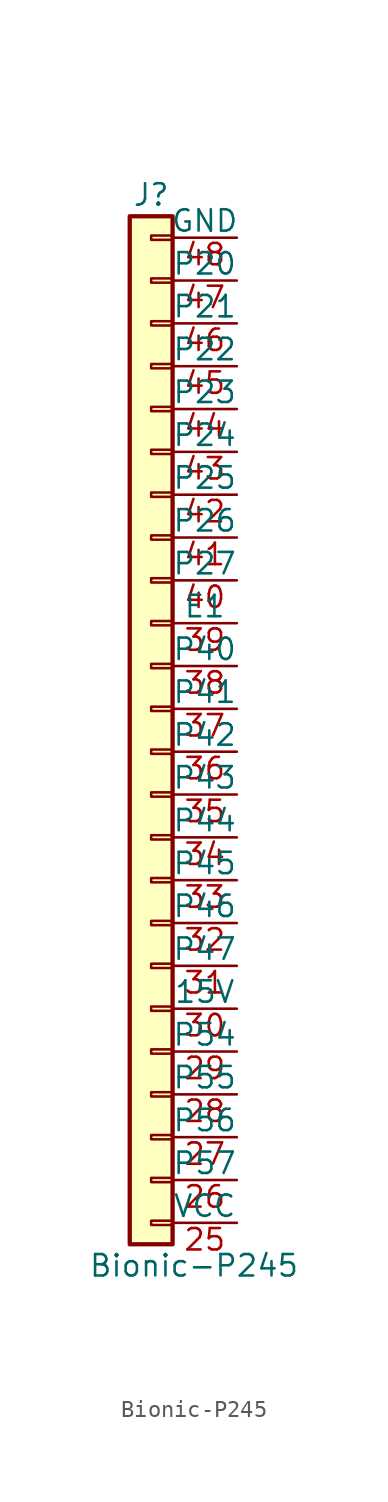
<source format=kicad_sym>
(kicad_symbol_lib
  (version 20220914)
  (generator kicad_symbol_editor)
  (symbol "Bionic-P245"
    (pin_names
      (offset 0))
    (property "Reference" "J"
      (at -3.81 30.48 0)
      (effects (font (size 1.27 1.27))))
    (property "Value" "Bionic-P245"
      (at -1.27 -33.02 0)
      (effects (font (size 1.27 1.27))))
    (symbol "Bionic-P245_1_1"
      (rectangle (start -5.08 -31.75) (end -2.54 29.21) (stroke (width 0.254) (type default)) (fill (type background)))
      (rectangle (start -3.81 -30.607) (end -2.54 -30.353) (stroke (width 0.152) (type default)) (fill (type none)))
      (rectangle (start -3.81 -28.067) (end -2.54 -27.813) (stroke (width 0.152) (type default)) (fill (type none)))
      (rectangle (start -3.81 -25.527) (end -2.54 -25.273) (stroke (width 0.152) (type default)) (fill (type none)))
      (rectangle (start -3.81 -22.987) (end -2.54 -22.733) (stroke (width 0.152) (type default)) (fill (type none)))
      (rectangle (start -3.81 -20.447) (end -2.54 -20.193) (stroke (width 0.152) (type default)) (fill (type none)))
      (rectangle (start -3.81 -17.907) (end -2.54 -17.653) (stroke (width 0.152) (type default)) (fill (type none)))
      (rectangle (start -3.81 -15.367) (end -2.54 -15.113) (stroke (width 0.152) (type default)) (fill (type none)))
      (rectangle (start -3.81 -12.827) (end -2.54 -12.573) (stroke (width 0.152) (type default)) (fill (type none)))
      (rectangle (start -3.81 -10.287) (end -2.54 -10.033) (stroke (width 0.152) (type default)) (fill (type none)))
      (rectangle (start -3.81 -7.747) (end -2.54 -7.493) (stroke (width 0.152) (type default)) (fill (type none)))
      (rectangle (start -3.81 -5.207) (end -2.54 -4.953) (stroke (width 0.152) (type default)) (fill (type none)))
      (rectangle (start -3.81 -2.667) (end -2.54 -2.413) (stroke (width 0.152) (type default)) (fill (type none)))
      (rectangle (start -3.81 -0.127) (end -2.54 0.127) (stroke (width 0.152) (type default)) (fill (type none)))
      (rectangle (start -3.81 2.413) (end -2.54 2.667) (stroke (width 0.152) (type default)) (fill (type none)))
      (rectangle (start -3.81 4.953) (end -2.54 5.207) (stroke (width 0.152) (type default)) (fill (type none)))
      (rectangle (start -3.81 7.493) (end -2.54 7.747) (stroke (width 0.152) (type default)) (fill (type none)))
      (rectangle (start -3.81 10.033) (end -2.54 10.287) (stroke (width 0.152) (type default)) (fill (type none)))
      (rectangle (start -3.81 12.573) (end -2.54 12.827) (stroke (width 0.152) (type default)) (fill (type none)))
      (rectangle (start -3.81 15.113) (end -2.54 15.367) (stroke (width 0.152) (type default)) (fill (type none)))
      (rectangle (start -3.81 17.653) (end -2.54 17.907) (stroke (width 0.152) (type default)) (fill (type none)))
      (rectangle (start -3.81 20.193) (end -2.54 20.447) (stroke (width 0.152) (type default)) (fill (type none)))
      (rectangle (start -3.81 22.733) (end -2.54 22.987) (stroke (width 0.152) (type default)) (fill (type none)))
      (rectangle (start -3.81 25.273) (end -2.54 25.527) (stroke (width 0.152) (type default)) (fill (type none)))
      (rectangle (start -3.81 27.813) (end -2.54 28.067) (stroke (width 0.152) (type default)) (fill (type none)))
      (pin power_in line (at 1.27 -30.48 180) (length 3.81) (name "VCC" (effects (font (size 1.27 1.27)))) (number "25" (effects (font (size 1.27 1.27)))))
      (pin bidirectional line (at 1.27 -27.94 180) (length 3.81) (name "P57" (effects (font (size 1.27 1.27)))) (number "26" (effects (font (size 1.27 1.27)))))
      (pin bidirectional line (at 1.27 -25.4 180) (length 3.81) (name "P56" (effects (font (size 1.27 1.27)))) (number "27" (effects (font (size 1.27 1.27)))))
      (pin bidirectional line (at 1.27 -22.86 180) (length 3.81) (name "P55" (effects (font (size 1.27 1.27)))) (number "28" (effects (font (size 1.27 1.27)))))
      (pin bidirectional line (at 1.27 -20.32 180) (length 3.81) (name "P54" (effects (font (size 1.27 1.27)))) (number "29" (effects (font (size 1.27 1.27)))))
      (pin power_in line (at 1.27 -17.78 180) (length 3.81) (name "15V" (effects (font (size 1.27 1.27)))) (number "30" (effects (font (size 1.27 1.27)))))
      (pin bidirectional line (at 1.27 -15.24 180) (length 3.81) (name "P47" (effects (font (size 1.27 1.27)))) (number "31" (effects (font (size 1.27 1.27)))))
      (pin bidirectional line (at 1.27 -12.7 180) (length 3.81) (name "P46" (effects (font (size 1.27 1.27)))) (number "32" (effects (font (size 1.27 1.27)))))
      (pin bidirectional line (at 1.27 -10.16 180) (length 3.81) (name "P45" (effects (font (size 1.27 1.27)))) (number "33" (effects (font (size 1.27 1.27)))))
      (pin bidirectional line (at 1.27 -7.62 180) (length 3.81) (name "P44" (effects (font (size 1.27 1.27)))) (number "34" (effects (font (size 1.27 1.27)))))
      (pin bidirectional line (at 1.27 -5.08 180) (length 3.81) (name "P43" (effects (font (size 1.27 1.27)))) (number "35" (effects (font (size 1.27 1.27)))))
      (pin bidirectional line (at 1.27 -2.54 180) (length 3.81) (name "P42" (effects (font (size 1.27 1.27)))) (number "36" (effects (font (size 1.27 1.27)))))
      (pin bidirectional line (at 1.27 0 180) (length 3.81) (name "P41" (effects (font (size 1.27 1.27)))) (number "37" (effects (font (size 1.27 1.27)))))
      (pin bidirectional line (at 1.27 2.54 180) (length 3.81) (name "P40" (effects (font (size 1.27 1.27)))) (number "38" (effects (font (size 1.27 1.27)))))
      (pin bidirectional line (at 1.27 5.08 180) (length 3.81) (name "E1" (effects (font (size 1.27 1.27)))) (number "39" (effects (font (size 1.27 1.27)))))
      (pin bidirectional line (at 1.27 7.62 180) (length 3.81) (name "P27" (effects (font (size 1.27 1.27)))) (number "40" (effects (font (size 1.27 1.27)))))
      (pin bidirectional line (at 1.27 10.16 180) (length 3.81) (name "P26" (effects (font (size 1.27 1.27)))) (number "41" (effects (font (size 1.27 1.27)))))
      (pin bidirectional line (at 1.27 12.7 180) (length 3.81) (name "P25" (effects (font (size 1.27 1.27)))) (number "42" (effects (font (size 1.27 1.27)))))
      (pin bidirectional line (at 1.27 15.24 180) (length 3.81) (name "P24" (effects (font (size 1.27 1.27)))) (number "43" (effects (font (size 1.27 1.27)))))
      (pin bidirectional line (at 1.27 17.78 180) (length 3.81) (name "P23" (effects (font (size 1.27 1.27)))) (number "44" (effects (font (size 1.27 1.27)))))
      (pin bidirectional line (at 1.27 20.32 180) (length 3.81) (name "P22" (effects (font (size 1.27 1.27)))) (number "45" (effects (font (size 1.27 1.27)))))
      (pin bidirectional line (at 1.27 22.86 180) (length 3.81) (name "P21" (effects (font (size 1.27 1.27)))) (number "46" (effects (font (size 1.27 1.27)))))
      (pin bidirectional line (at 1.27 25.4 180) (length 3.81) (name "P20" (effects (font (size 1.27 1.27)))) (number "47" (effects (font (size 1.27 1.27)))))
      (pin power_in line (at 1.27 27.94 180) (length 3.81) (name "GND" (effects (font (size 1.27 1.27)))) (number "48" (effects (font (size 1.27 1.27))))))))
</source>
